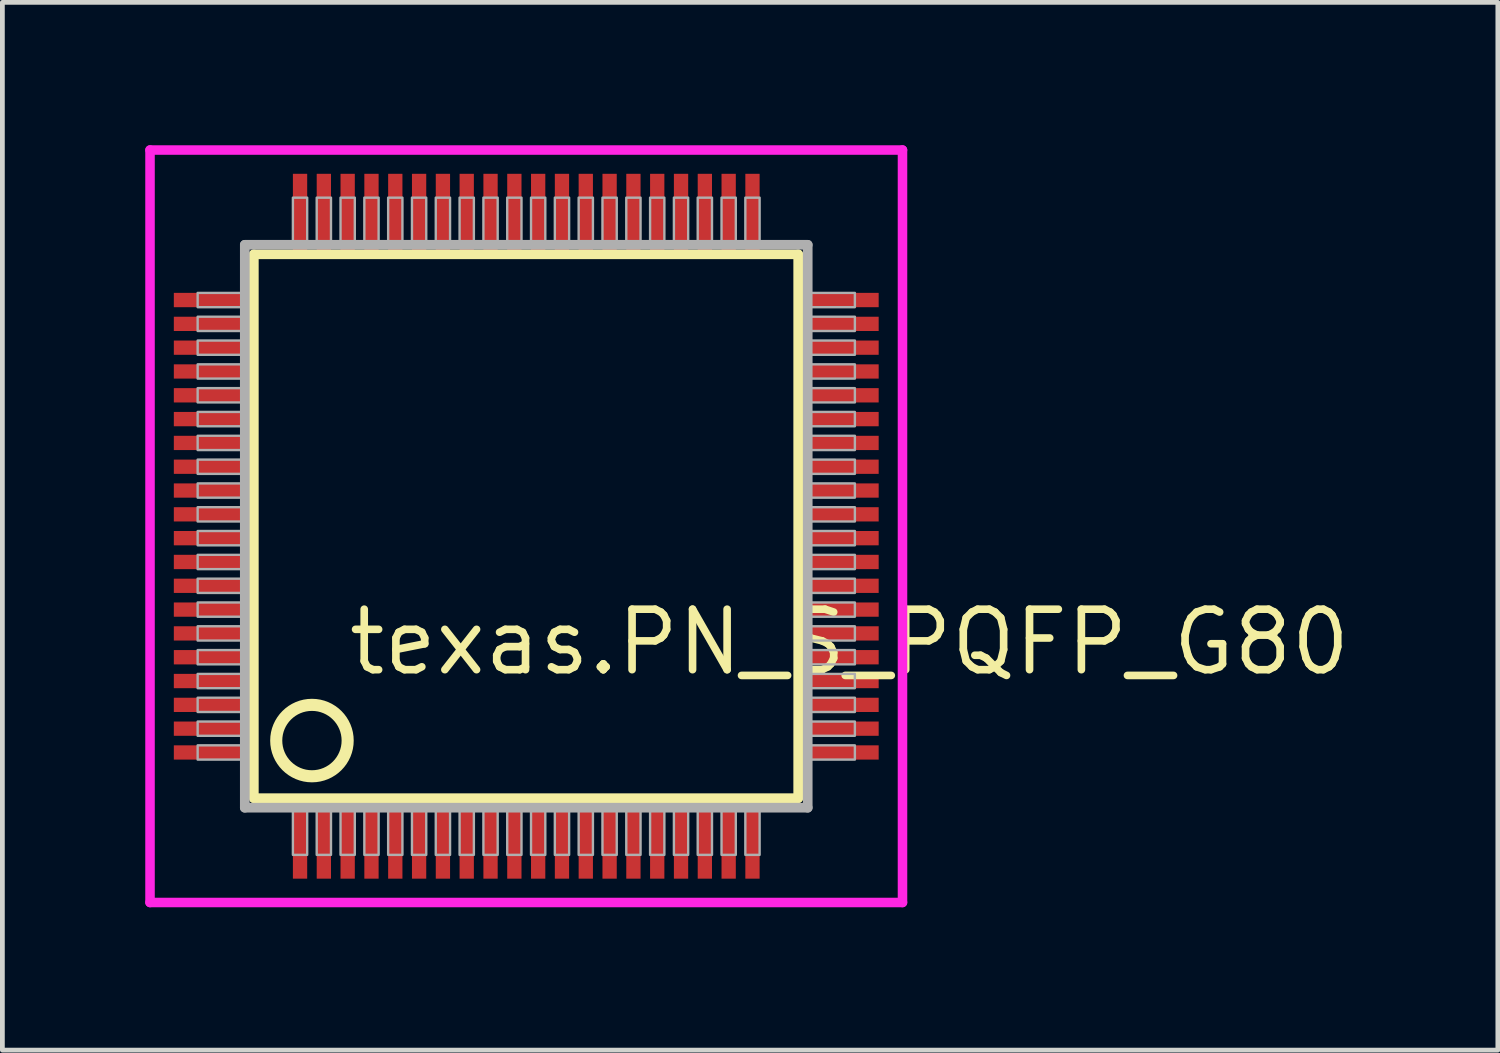
<source format=kicad_pcb>
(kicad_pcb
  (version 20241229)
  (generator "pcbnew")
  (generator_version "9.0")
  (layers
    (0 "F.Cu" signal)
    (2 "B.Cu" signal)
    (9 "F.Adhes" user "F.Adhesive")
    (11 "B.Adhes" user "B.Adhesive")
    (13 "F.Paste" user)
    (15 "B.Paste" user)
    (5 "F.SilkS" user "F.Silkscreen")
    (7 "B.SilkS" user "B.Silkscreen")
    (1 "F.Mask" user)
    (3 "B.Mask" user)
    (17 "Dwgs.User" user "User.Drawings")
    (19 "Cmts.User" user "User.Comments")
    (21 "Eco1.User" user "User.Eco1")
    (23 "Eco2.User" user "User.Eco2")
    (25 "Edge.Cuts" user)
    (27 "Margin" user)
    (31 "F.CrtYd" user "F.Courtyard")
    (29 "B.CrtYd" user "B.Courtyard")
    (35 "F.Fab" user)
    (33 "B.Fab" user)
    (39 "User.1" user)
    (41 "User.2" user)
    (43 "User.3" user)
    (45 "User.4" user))
  (footprint "texas.PN_S_PQFP_G80"
    (layer "F.Cu")
    (at 8 8)
    (property "Reference" "texas.PN_S_PQFP_G80" (at -3.81 3.175 0) (layer "F.SilkS") (effects (font (size 1.27 1.27) (thickness 0.16)) (justify left bottom)))
    (attr smd)
    (fp_line (start -5.72 -5.71) (end 5.71 -5.71) (stroke (width 0.203) (type default)) (layer "F.SilkS"))
    (fp_line (start -5.72 5.71) (end -5.72 -5.71) (stroke (width 0.203) (type default)) (layer "F.SilkS"))
    (fp_line (start 5.71 -5.71) (end 5.71 5.71) (stroke (width 0.203) (type default)) (layer "F.SilkS"))
    (fp_line (start 5.71 5.71) (end -5.72 5.71) (stroke (width 0.203) (type default)) (layer "F.SilkS"))
    (fp_circle (center -4.5 4.5) (end -3.75 4.5) (stroke (width 0.254) (type default)) (fill no) (layer "F.SilkS"))
    (fp_line (start -7.9 -7.9) (end 7.9 -7.9) (stroke (width 0.2) (type default)) (layer "F.CrtYd"))
    (fp_line (start -7.9 7.9) (end -7.9 -7.9) (stroke (width 0.2) (type default)) (layer "F.CrtYd"))
    (fp_line (start 7.9 -7.9) (end 7.9 7.9) (stroke (width 0.2) (type default)) (layer "F.CrtYd"))
    (fp_line (start 7.9 7.9) (end -7.9 7.9) (stroke (width 0.2) (type default)) (layer "F.CrtYd"))
    (fp_line (start -5.91 -5.91) (end -5.91 5.91) (stroke (width 0.203) (type default)) (layer "F.Fab"))
    (fp_line (start -5.91 5.91) (end 5.91 5.91) (stroke (width 0.203) (type default)) (layer "F.Fab"))
    (fp_line (start 5.91 -5.91) (end -5.91 -5.91) (stroke (width 0.203) (type default)) (layer "F.Fab"))
    (fp_line (start 5.91 5.91) (end 5.91 -5.91) (stroke (width 0.203) (type default)) (layer "F.Fab"))
    (fp_rect (start -6.9 -4.6) (end -5.95 -4.9) (stroke (width 0.05) (type default)) (fill no) (layer "F.Fab"))
    (fp_rect (start -6.9 -4.1) (end -5.95 -4.4) (stroke (width 0.05) (type default)) (fill no) (layer "F.Fab"))
    (fp_rect (start -6.9 -3.6) (end -5.95 -3.9) (stroke (width 0.05) (type default)) (fill no) (layer "F.Fab"))
    (fp_rect (start -6.9 -3.1) (end -5.95 -3.4) (stroke (width 0.05) (type default)) (fill no) (layer "F.Fab"))
    (fp_rect (start -6.9 -2.6) (end -5.95 -2.9) (stroke (width 0.05) (type default)) (fill no) (layer "F.Fab"))
    (fp_rect (start -6.9 -2.1) (end -5.95 -2.4) (stroke (width 0.05) (type default)) (fill no) (layer "F.Fab"))
    (fp_rect (start -6.9 -1.6) (end -5.95 -1.9) (stroke (width 0.05) (type default)) (fill no) (layer "F.Fab"))
    (fp_rect (start -6.9 -1.1) (end -5.95 -1.4) (stroke (width 0.05) (type default)) (fill no) (layer "F.Fab"))
    (fp_rect (start -6.9 -0.6) (end -5.95 -0.9) (stroke (width 0.05) (type default)) (fill no) (layer "F.Fab"))
    (fp_rect (start -6.9 -0.1) (end -5.95 -0.4) (stroke (width 0.05) (type default)) (fill no) (layer "F.Fab"))
    (fp_rect (start -6.9 0.4) (end -5.95 0.1) (stroke (width 0.05) (type default)) (fill no) (layer "F.Fab"))
    (fp_rect (start -6.9 0.9) (end -5.95 0.6) (stroke (width 0.05) (type default)) (fill no) (layer "F.Fab"))
    (fp_rect (start -6.9 1.4) (end -5.95 1.1) (stroke (width 0.05) (type default)) (fill no) (layer "F.Fab"))
    (fp_rect (start -6.9 1.9) (end -5.95 1.6) (stroke (width 0.05) (type default)) (fill no) (layer "F.Fab"))
    (fp_rect (start -6.9 2.4) (end -5.95 2.1) (stroke (width 0.05) (type default)) (fill no) (layer "F.Fab"))
    (fp_rect (start -6.9 2.9) (end -5.95 2.6) (stroke (width 0.05) (type default)) (fill no) (layer "F.Fab"))
    (fp_rect (start -6.9 3.4) (end -5.95 3.1) (stroke (width 0.05) (type default)) (fill no) (layer "F.Fab"))
    (fp_rect (start -6.9 3.9) (end -5.95 3.6) (stroke (width 0.05) (type default)) (fill no) (layer "F.Fab"))
    (fp_rect (start -6.9 4.4) (end -5.95 4.1) (stroke (width 0.05) (type default)) (fill no) (layer "F.Fab"))
    (fp_rect (start -6.9 4.9) (end -5.95 4.6) (stroke (width 0.05) (type default)) (fill no) (layer "F.Fab"))
    (fp_rect (start -4.9 -5.95) (end -4.6 -6.9) (stroke (width 0.05) (type default)) (fill no) (layer "F.Fab"))
    (fp_rect (start -4.9 6.9) (end -4.6 5.95) (stroke (width 0.05) (type default)) (fill no) (layer "F.Fab"))
    (fp_rect (start -4.4 -5.95) (end -4.1 -6.9) (stroke (width 0.05) (type default)) (fill no) (layer "F.Fab"))
    (fp_rect (start -4.4 6.9) (end -4.1 5.95) (stroke (width 0.05) (type default)) (fill no) (layer "F.Fab"))
    (fp_rect (start -3.9 -5.95) (end -3.6 -6.9) (stroke (width 0.05) (type default)) (fill no) (layer "F.Fab"))
    (fp_rect (start -3.9 6.9) (end -3.6 5.95) (stroke (width 0.05) (type default)) (fill no) (layer "F.Fab"))
    (fp_rect (start -3.4 -5.95) (end -3.1 -6.9) (stroke (width 0.05) (type default)) (fill no) (layer "F.Fab"))
    (fp_rect (start -3.4 6.9) (end -3.1 5.95) (stroke (width 0.05) (type default)) (fill no) (layer "F.Fab"))
    (fp_rect (start -2.9 -5.95) (end -2.6 -6.9) (stroke (width 0.05) (type default)) (fill no) (layer "F.Fab"))
    (fp_rect (start -2.9 6.9) (end -2.6 5.95) (stroke (width 0.05) (type default)) (fill no) (layer "F.Fab"))
    (fp_rect (start -2.4 -5.95) (end -2.1 -6.9) (stroke (width 0.05) (type default)) (fill no) (layer "F.Fab"))
    (fp_rect (start -2.4 6.9) (end -2.1 5.95) (stroke (width 0.05) (type default)) (fill no) (layer "F.Fab"))
    (fp_rect (start -1.9 -5.95) (end -1.6 -6.9) (stroke (width 0.05) (type default)) (fill no) (layer "F.Fab"))
    (fp_rect (start -1.9 6.9) (end -1.6 5.95) (stroke (width 0.05) (type default)) (fill no) (layer "F.Fab"))
    (fp_rect (start -1.4 -5.95) (end -1.1 -6.9) (stroke (width 0.05) (type default)) (fill no) (layer "F.Fab"))
    (fp_rect (start -1.4 6.9) (end -1.1 5.95) (stroke (width 0.05) (type default)) (fill no) (layer "F.Fab"))
    (fp_rect (start -0.9 -5.95) (end -0.6 -6.9) (stroke (width 0.05) (type default)) (fill no) (layer "F.Fab"))
    (fp_rect (start -0.9 6.9) (end -0.6 5.95) (stroke (width 0.05) (type default)) (fill no) (layer "F.Fab"))
    (fp_rect (start -0.4 -5.95) (end -0.1 -6.9) (stroke (width 0.05) (type default)) (fill no) (layer "F.Fab"))
    (fp_rect (start -0.4 6.9) (end -0.1 5.95) (stroke (width 0.05) (type default)) (fill no) (layer "F.Fab"))
    (fp_rect (start 0.1 -5.95) (end 0.4 -6.9) (stroke (width 0.05) (type default)) (fill no) (layer "F.Fab"))
    (fp_rect (start 0.1 6.9) (end 0.4 5.95) (stroke (width 0.05) (type default)) (fill no) (layer "F.Fab"))
    (fp_rect (start 0.6 -5.95) (end 0.9 -6.9) (stroke (width 0.05) (type default)) (fill no) (layer "F.Fab"))
    (fp_rect (start 0.6 6.9) (end 0.9 5.95) (stroke (width 0.05) (type default)) (fill no) (layer "F.Fab"))
    (fp_rect (start 1.1 -5.95) (end 1.4 -6.9) (stroke (width 0.05) (type default)) (fill no) (layer "F.Fab"))
    (fp_rect (start 1.1 6.9) (end 1.4 5.95) (stroke (width 0.05) (type default)) (fill no) (layer "F.Fab"))
    (fp_rect (start 1.6 -5.95) (end 1.9 -6.9) (stroke (width 0.05) (type default)) (fill no) (layer "F.Fab"))
    (fp_rect (start 1.6 6.9) (end 1.9 5.95) (stroke (width 0.05) (type default)) (fill no) (layer "F.Fab"))
    (fp_rect (start 2.1 -5.95) (end 2.4 -6.9) (stroke (width 0.05) (type default)) (fill no) (layer "F.Fab"))
    (fp_rect (start 2.1 6.9) (end 2.4 5.95) (stroke (width 0.05) (type default)) (fill no) (layer "F.Fab"))
    (fp_rect (start 2.6 -5.95) (end 2.9 -6.9) (stroke (width 0.05) (type default)) (fill no) (layer "F.Fab"))
    (fp_rect (start 2.6 6.9) (end 2.9 5.95) (stroke (width 0.05) (type default)) (fill no) (layer "F.Fab"))
    (fp_rect (start 3.1 -5.95) (end 3.4 -6.9) (stroke (width 0.05) (type default)) (fill no) (layer "F.Fab"))
    (fp_rect (start 3.1 6.9) (end 3.4 5.95) (stroke (width 0.05) (type default)) (fill no) (layer "F.Fab"))
    (fp_rect (start 3.6 -5.95) (end 3.9 -6.9) (stroke (width 0.05) (type default)) (fill no) (layer "F.Fab"))
    (fp_rect (start 3.6 6.9) (end 3.9 5.95) (stroke (width 0.05) (type default)) (fill no) (layer "F.Fab"))
    (fp_rect (start 4.1 -5.95) (end 4.4 -6.9) (stroke (width 0.05) (type default)) (fill no) (layer "F.Fab"))
    (fp_rect (start 4.1 6.9) (end 4.4 5.95) (stroke (width 0.05) (type default)) (fill no) (layer "F.Fab"))
    (fp_rect (start 4.6 -5.95) (end 4.9 -6.9) (stroke (width 0.05) (type default)) (fill no) (layer "F.Fab"))
    (fp_rect (start 4.6 6.9) (end 4.9 5.95) (stroke (width 0.05) (type default)) (fill no) (layer "F.Fab"))
    (fp_rect (start 5.95 -4.6) (end 6.9 -4.9) (stroke (width 0.05) (type default)) (fill no) (layer "F.Fab"))
    (fp_rect (start 5.95 -4.1) (end 6.9 -4.4) (stroke (width 0.05) (type default)) (fill no) (layer "F.Fab"))
    (fp_rect (start 5.95 -3.6) (end 6.9 -3.9) (stroke (width 0.05) (type default)) (fill no) (layer "F.Fab"))
    (fp_rect (start 5.95 -3.1) (end 6.9 -3.4) (stroke (width 0.05) (type default)) (fill no) (layer "F.Fab"))
    (fp_rect (start 5.95 -2.6) (end 6.9 -2.9) (stroke (width 0.05) (type default)) (fill no) (layer "F.Fab"))
    (fp_rect (start 5.95 -2.1) (end 6.9 -2.4) (stroke (width 0.05) (type default)) (fill no) (layer "F.Fab"))
    (fp_rect (start 5.95 -1.6) (end 6.9 -1.9) (stroke (width 0.05) (type default)) (fill no) (layer "F.Fab"))
    (fp_rect (start 5.95 -1.1) (end 6.9 -1.4) (stroke (width 0.05) (type default)) (fill no) (layer "F.Fab"))
    (fp_rect (start 5.95 -0.6) (end 6.9 -0.9) (stroke (width 0.05) (type default)) (fill no) (layer "F.Fab"))
    (fp_rect (start 5.95 -0.1) (end 6.9 -0.4) (stroke (width 0.05) (type default)) (fill no) (layer "F.Fab"))
    (fp_rect (start 5.95 0.4) (end 6.9 0.1) (stroke (width 0.05) (type default)) (fill no) (layer "F.Fab"))
    (fp_rect (start 5.95 0.9) (end 6.9 0.6) (stroke (width 0.05) (type default)) (fill no) (layer "F.Fab"))
    (fp_rect (start 5.95 1.4) (end 6.9 1.1) (stroke (width 0.05) (type default)) (fill no) (layer "F.Fab"))
    (fp_rect (start 5.95 1.9) (end 6.9 1.6) (stroke (width 0.05) (type default)) (fill no) (layer "F.Fab"))
    (fp_rect (start 5.95 2.4) (end 6.9 2.1) (stroke (width 0.05) (type default)) (fill no) (layer "F.Fab"))
    (fp_rect (start 5.95 2.9) (end 6.9 2.6) (stroke (width 0.05) (type default)) (fill no) (layer "F.Fab"))
    (fp_rect (start 5.95 3.4) (end 6.9 3.1) (stroke (width 0.05) (type default)) (fill no) (layer "F.Fab"))
    (fp_rect (start 5.95 3.9) (end 6.9 3.6) (stroke (width 0.05) (type default)) (fill no) (layer "F.Fab"))
    (fp_rect (start 5.95 4.4) (end 6.9 4.1) (stroke (width 0.05) (type default)) (fill no) (layer "F.Fab"))
    (fp_rect (start 5.95 4.9) (end 6.9 4.6) (stroke (width 0.05) (type default)) (fill no) (layer "F.Fab"))
    (pad "1" smd roundrect (at -4.75 6.6) (size 0.3 1.6) (layers "F.Cu" "F.Mask" "F.Paste") (roundrect_rratio 0.01))
    (pad "2" smd roundrect (at -4.25 6.6) (size 0.3 1.6) (layers "F.Cu" "F.Mask" "F.Paste") (roundrect_rratio 0.01))
    (pad "3" smd roundrect (at -3.75 6.6) (size 0.3 1.6) (layers "F.Cu" "F.Mask" "F.Paste") (roundrect_rratio 0.01))
    (pad "4" smd roundrect (at -3.25 6.6) (size 0.3 1.6) (layers "F.Cu" "F.Mask" "F.Paste") (roundrect_rratio 0.01))
    (pad "5" smd roundrect (at -2.75 6.6) (size 0.3 1.6) (layers "F.Cu" "F.Mask" "F.Paste") (roundrect_rratio 0.01))
    (pad "6" smd roundrect (at -2.25 6.6) (size 0.3 1.6) (layers "F.Cu" "F.Mask" "F.Paste") (roundrect_rratio 0.01))
    (pad "7" smd roundrect (at -1.75 6.6) (size 0.3 1.6) (layers "F.Cu" "F.Mask" "F.Paste") (roundrect_rratio 0.01))
    (pad "8" smd roundrect (at -1.25 6.6) (size 0.3 1.6) (layers "F.Cu" "F.Mask" "F.Paste") (roundrect_rratio 0.01))
    (pad "9" smd roundrect (at -0.75 6.6) (size 0.3 1.6) (layers "F.Cu" "F.Mask" "F.Paste") (roundrect_rratio 0.01))
    (pad "10" smd roundrect (at -0.25 6.6) (size 0.3 1.6) (layers "F.Cu" "F.Mask" "F.Paste") (roundrect_rratio 0.01))
    (pad "11" smd roundrect (at 0.25 6.6) (size 0.3 1.6) (layers "F.Cu" "F.Mask" "F.Paste") (roundrect_rratio 0.01))
    (pad "12" smd roundrect (at 0.75 6.6) (size 0.3 1.6) (layers "F.Cu" "F.Mask" "F.Paste") (roundrect_rratio 0.01))
    (pad "13" smd roundrect (at 1.25 6.6) (size 0.3 1.6) (layers "F.Cu" "F.Mask" "F.Paste") (roundrect_rratio 0.01))
    (pad "14" smd roundrect (at 1.75 6.6) (size 0.3 1.6) (layers "F.Cu" "F.Mask" "F.Paste") (roundrect_rratio 0.01))
    (pad "15" smd roundrect (at 2.25 6.6) (size 0.3 1.6) (layers "F.Cu" "F.Mask" "F.Paste") (roundrect_rratio 0.01))
    (pad "16" smd roundrect (at 2.75 6.6) (size 0.3 1.6) (layers "F.Cu" "F.Mask" "F.Paste") (roundrect_rratio 0.01))
    (pad "17" smd roundrect (at 3.25 6.6) (size 0.3 1.6) (layers "F.Cu" "F.Mask" "F.Paste") (roundrect_rratio 0.01))
    (pad "18" smd roundrect (at 3.75 6.6) (size 0.3 1.6) (layers "F.Cu" "F.Mask" "F.Paste") (roundrect_rratio 0.01))
    (pad "19" smd roundrect (at 4.25 6.6) (size 0.3 1.6) (layers "F.Cu" "F.Mask" "F.Paste") (roundrect_rratio 0.01))
    (pad "20" smd roundrect (at 4.75 6.6) (size 0.3 1.6) (layers "F.Cu" "F.Mask" "F.Paste") (roundrect_rratio 0.01))
    (pad "21" smd roundrect (at 6.6 4.75) (size 1.6 0.3) (layers "F.Cu" "F.Mask" "F.Paste") (roundrect_rratio 0.01))
    (pad "22" smd roundrect (at 6.6 4.25) (size 1.6 0.3) (layers "F.Cu" "F.Mask" "F.Paste") (roundrect_rratio 0.01))
    (pad "23" smd roundrect (at 6.6 3.75) (size 1.6 0.3) (layers "F.Cu" "F.Mask" "F.Paste") (roundrect_rratio 0.01))
    (pad "24" smd roundrect (at 6.6 3.25) (size 1.6 0.3) (layers "F.Cu" "F.Mask" "F.Paste") (roundrect_rratio 0.01))
    (pad "25" smd roundrect (at 6.6 2.75) (size 1.6 0.3) (layers "F.Cu" "F.Mask" "F.Paste") (roundrect_rratio 0.01))
    (pad "26" smd roundrect (at 6.6 2.25) (size 1.6 0.3) (layers "F.Cu" "F.Mask" "F.Paste") (roundrect_rratio 0.01))
    (pad "27" smd roundrect (at 6.6 1.75) (size 1.6 0.3) (layers "F.Cu" "F.Mask" "F.Paste") (roundrect_rratio 0.01))
    (pad "28" smd roundrect (at 6.6 1.25) (size 1.6 0.3) (layers "F.Cu" "F.Mask" "F.Paste") (roundrect_rratio 0.01))
    (pad "29" smd roundrect (at 6.6 0.75) (size 1.6 0.3) (layers "F.Cu" "F.Mask" "F.Paste") (roundrect_rratio 0.01))
    (pad "30" smd roundrect (at 6.6 0.25) (size 1.6 0.3) (layers "F.Cu" "F.Mask" "F.Paste") (roundrect_rratio 0.01))
    (pad "31" smd roundrect (at 6.6 -0.25) (size 1.6 0.3) (layers "F.Cu" "F.Mask" "F.Paste") (roundrect_rratio 0.01))
    (pad "32" smd roundrect (at 6.6 -0.75) (size 1.6 0.3) (layers "F.Cu" "F.Mask" "F.Paste") (roundrect_rratio 0.01))
    (pad "33" smd roundrect (at 6.6 -1.25) (size 1.6 0.3) (layers "F.Cu" "F.Mask" "F.Paste") (roundrect_rratio 0.01))
    (pad "34" smd roundrect (at 6.6 -1.75) (size 1.6 0.3) (layers "F.Cu" "F.Mask" "F.Paste") (roundrect_rratio 0.01))
    (pad "35" smd roundrect (at 6.6 -2.25) (size 1.6 0.3) (layers "F.Cu" "F.Mask" "F.Paste") (roundrect_rratio 0.01))
    (pad "36" smd roundrect (at 6.6 -2.75) (size 1.6 0.3) (layers "F.Cu" "F.Mask" "F.Paste") (roundrect_rratio 0.01))
    (pad "37" smd roundrect (at 6.6 -3.25) (size 1.6 0.3) (layers "F.Cu" "F.Mask" "F.Paste") (roundrect_rratio 0.01))
    (pad "38" smd roundrect (at 6.6 -3.75) (size 1.6 0.3) (layers "F.Cu" "F.Mask" "F.Paste") (roundrect_rratio 0.01))
    (pad "39" smd roundrect (at 6.6 -4.25) (size 1.6 0.3) (layers "F.Cu" "F.Mask" "F.Paste") (roundrect_rratio 0.01))
    (pad "40" smd roundrect (at 6.6 -4.75) (size 1.6 0.3) (layers "F.Cu" "F.Mask" "F.Paste") (roundrect_rratio 0.01))
    (pad "41" smd roundrect (at 4.75 -6.6) (size 0.3 1.6) (layers "F.Cu" "F.Mask" "F.Paste") (roundrect_rratio 0.01))
    (pad "42" smd roundrect (at 4.25 -6.6) (size 0.3 1.6) (layers "F.Cu" "F.Mask" "F.Paste") (roundrect_rratio 0.01))
    (pad "43" smd roundrect (at 3.75 -6.6) (size 0.3 1.6) (layers "F.Cu" "F.Mask" "F.Paste") (roundrect_rratio 0.01))
    (pad "44" smd roundrect (at 3.25 -6.6) (size 0.3 1.6) (layers "F.Cu" "F.Mask" "F.Paste") (roundrect_rratio 0.01))
    (pad "45" smd roundrect (at 2.75 -6.6) (size 0.3 1.6) (layers "F.Cu" "F.Mask" "F.Paste") (roundrect_rratio 0.01))
    (pad "46" smd roundrect (at 2.25 -6.6) (size 0.3 1.6) (layers "F.Cu" "F.Mask" "F.Paste") (roundrect_rratio 0.01))
    (pad "47" smd roundrect (at 1.75 -6.6) (size 0.3 1.6) (layers "F.Cu" "F.Mask" "F.Paste") (roundrect_rratio 0.01))
    (pad "48" smd roundrect (at 1.25 -6.6) (size 0.3 1.6) (layers "F.Cu" "F.Mask" "F.Paste") (roundrect_rratio 0.01))
    (pad "49" smd roundrect (at 0.75 -6.6) (size 0.3 1.6) (layers "F.Cu" "F.Mask" "F.Paste") (roundrect_rratio 0.01))
    (pad "50" smd roundrect (at 0.25 -6.6) (size 0.3 1.6) (layers "F.Cu" "F.Mask" "F.Paste") (roundrect_rratio 0.01))
    (pad "51" smd roundrect (at -0.25 -6.6) (size 0.3 1.6) (layers "F.Cu" "F.Mask" "F.Paste") (roundrect_rratio 0.01))
    (pad "52" smd roundrect (at -0.75 -6.6) (size 0.3 1.6) (layers "F.Cu" "F.Mask" "F.Paste") (roundrect_rratio 0.01))
    (pad "53" smd roundrect (at -1.25 -6.6) (size 0.3 1.6) (layers "F.Cu" "F.Mask" "F.Paste") (roundrect_rratio 0.01))
    (pad "54" smd roundrect (at -1.75 -6.6) (size 0.3 1.6) (layers "F.Cu" "F.Mask" "F.Paste") (roundrect_rratio 0.01))
    (pad "55" smd roundrect (at -2.25 -6.6) (size 0.3 1.6) (layers "F.Cu" "F.Mask" "F.Paste") (roundrect_rratio 0.01))
    (pad "56" smd roundrect (at -2.75 -6.6) (size 0.3 1.6) (layers "F.Cu" "F.Mask" "F.Paste") (roundrect_rratio 0.01))
    (pad "57" smd roundrect (at -3.25 -6.6) (size 0.3 1.6) (layers "F.Cu" "F.Mask" "F.Paste") (roundrect_rratio 0.01))
    (pad "58" smd roundrect (at -3.75 -6.6) (size 0.3 1.6) (layers "F.Cu" "F.Mask" "F.Paste") (roundrect_rratio 0.01))
    (pad "59" smd roundrect (at -4.25 -6.6) (size 0.3 1.6) (layers "F.Cu" "F.Mask" "F.Paste") (roundrect_rratio 0.01))
    (pad "60" smd roundrect (at -4.75 -6.6) (size 0.3 1.6) (layers "F.Cu" "F.Mask" "F.Paste") (roundrect_rratio 0.01))
    (pad "61" smd roundrect (at -6.6 -4.75) (size 1.6 0.3) (layers "F.Cu" "F.Mask" "F.Paste") (roundrect_rratio 0.01))
    (pad "62" smd roundrect (at -6.6 -4.25) (size 1.6 0.3) (layers "F.Cu" "F.Mask" "F.Paste") (roundrect_rratio 0.01))
    (pad "63" smd roundrect (at -6.6 -3.75) (size 1.6 0.3) (layers "F.Cu" "F.Mask" "F.Paste") (roundrect_rratio 0.01))
    (pad "64" smd roundrect (at -6.6 -3.25) (size 1.6 0.3) (layers "F.Cu" "F.Mask" "F.Paste") (roundrect_rratio 0.01))
    (pad "65" smd roundrect (at -6.6 -2.75) (size 1.6 0.3) (layers "F.Cu" "F.Mask" "F.Paste") (roundrect_rratio 0.01))
    (pad "66" smd roundrect (at -6.6 -2.25) (size 1.6 0.3) (layers "F.Cu" "F.Mask" "F.Paste") (roundrect_rratio 0.01))
    (pad "67" smd roundrect (at -6.6 -1.75) (size 1.6 0.3) (layers "F.Cu" "F.Mask" "F.Paste") (roundrect_rratio 0.01))
    (pad "68" smd roundrect (at -6.6 -1.25) (size 1.6 0.3) (layers "F.Cu" "F.Mask" "F.Paste") (roundrect_rratio 0.01))
    (pad "69" smd roundrect (at -6.6 -0.75) (size 1.6 0.3) (layers "F.Cu" "F.Mask" "F.Paste") (roundrect_rratio 0.01))
    (pad "70" smd roundrect (at -6.6 -0.25) (size 1.6 0.3) (layers "F.Cu" "F.Mask" "F.Paste") (roundrect_rratio 0.01))
    (pad "71" smd roundrect (at -6.6 0.25) (size 1.6 0.3) (layers "F.Cu" "F.Mask" "F.Paste") (roundrect_rratio 0.01))
    (pad "72" smd roundrect (at -6.6 0.75) (size 1.6 0.3) (layers "F.Cu" "F.Mask" "F.Paste") (roundrect_rratio 0.01))
    (pad "73" smd roundrect (at -6.6 1.25) (size 1.6 0.3) (layers "F.Cu" "F.Mask" "F.Paste") (roundrect_rratio 0.01))
    (pad "74" smd roundrect (at -6.6 1.75) (size 1.6 0.3) (layers "F.Cu" "F.Mask" "F.Paste") (roundrect_rratio 0.01))
    (pad "75" smd roundrect (at -6.6 2.25) (size 1.6 0.3) (layers "F.Cu" "F.Mask" "F.Paste") (roundrect_rratio 0.01))
    (pad "76" smd roundrect (at -6.6 2.75) (size 1.6 0.3) (layers "F.Cu" "F.Mask" "F.Paste") (roundrect_rratio 0.01))
    (pad "77" smd roundrect (at -6.6 3.25) (size 1.6 0.3) (layers "F.Cu" "F.Mask" "F.Paste") (roundrect_rratio 0.01))
    (pad "78" smd roundrect (at -6.6 3.75) (size 1.6 0.3) (layers "F.Cu" "F.Mask" "F.Paste") (roundrect_rratio 0.01))
    (pad "79" smd roundrect (at -6.6 4.25) (size 1.6 0.3) (layers "F.Cu" "F.Mask" "F.Paste") (roundrect_rratio 0.01))
    (pad "80" smd roundrect (at -6.6 4.75) (size 1.6 0.3) (layers "F.Cu" "F.Mask" "F.Paste") (roundrect_rratio 0.01)))
  (gr_rect
    (start -3 -3)
    (end 28.401 19)
    (stroke (width 0.1) (type default))
    (fill no)
    (layer "Edge.Cuts")))
</source>
